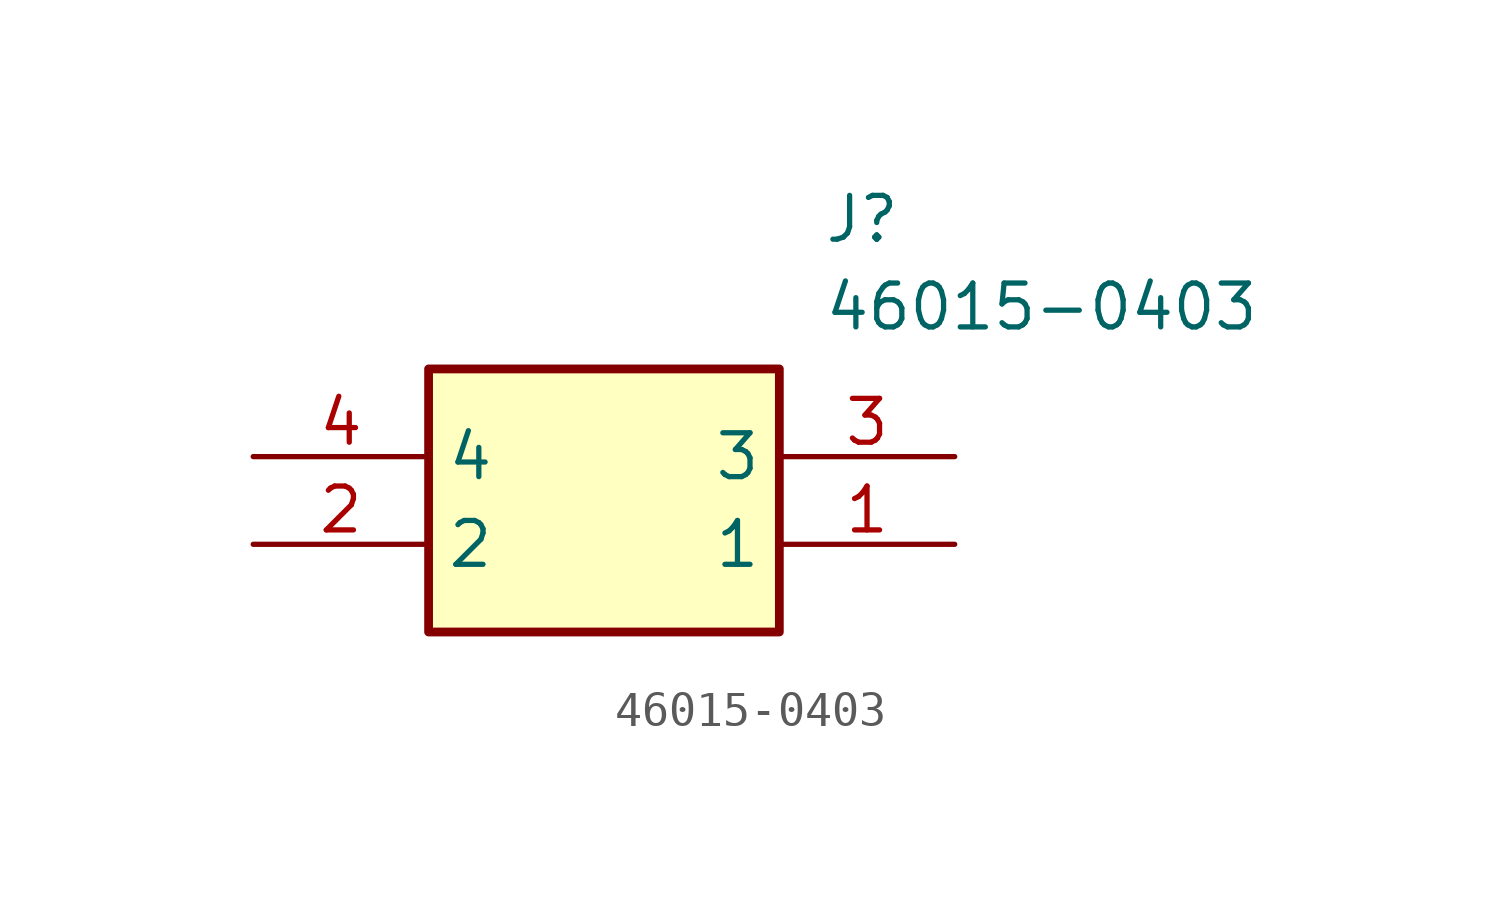
<source format=kicad_sym>
(kicad_symbol_lib
  (version 20211014)
  (generator SamacSys_ECAD_Model)
  (symbol "46015-0403"
    (property "Reference" "J"
      (at 16.51 7.62 0)
      (effects (font (size 1.27 1.27)) (justify left top)))
    (property "Value" "46015-0403"
      (at 16.51 5.08 0)
      (effects (font (size 1.27 1.27)) (justify left top)))
    (rectangle
      (start 5.08 2.54)
      (end 15.24 -5.08)
      (stroke (width 0.254) (type default))
      (fill (type background)))
    (pin passive line
      (at 20.32 -2.54 180)
      (length 5.08)
      (name "1" (effects (font (size 1.27 1.27))))
      (number "1" (effects (font (size 1.27 1.27)))))
    (pin passive line
      (at 0 -2.54 0)
      (length 5.08)
      (name "2" (effects (font (size 1.27 1.27))))
      (number "2" (effects (font (size 1.27 1.27)))))
    (pin passive line
      (at 20.32 0 180)
      (length 5.08)
      (name "3" (effects (font (size 1.27 1.27))))
      (number "3" (effects (font (size 1.27 1.27)))))
    (pin passive line
      (at 0 0 0)
      (length 5.08)
      (name "4" (effects (font (size 1.27 1.27))))
      (number "4" (effects (font (size 1.27 1.27)))))))
</source>
